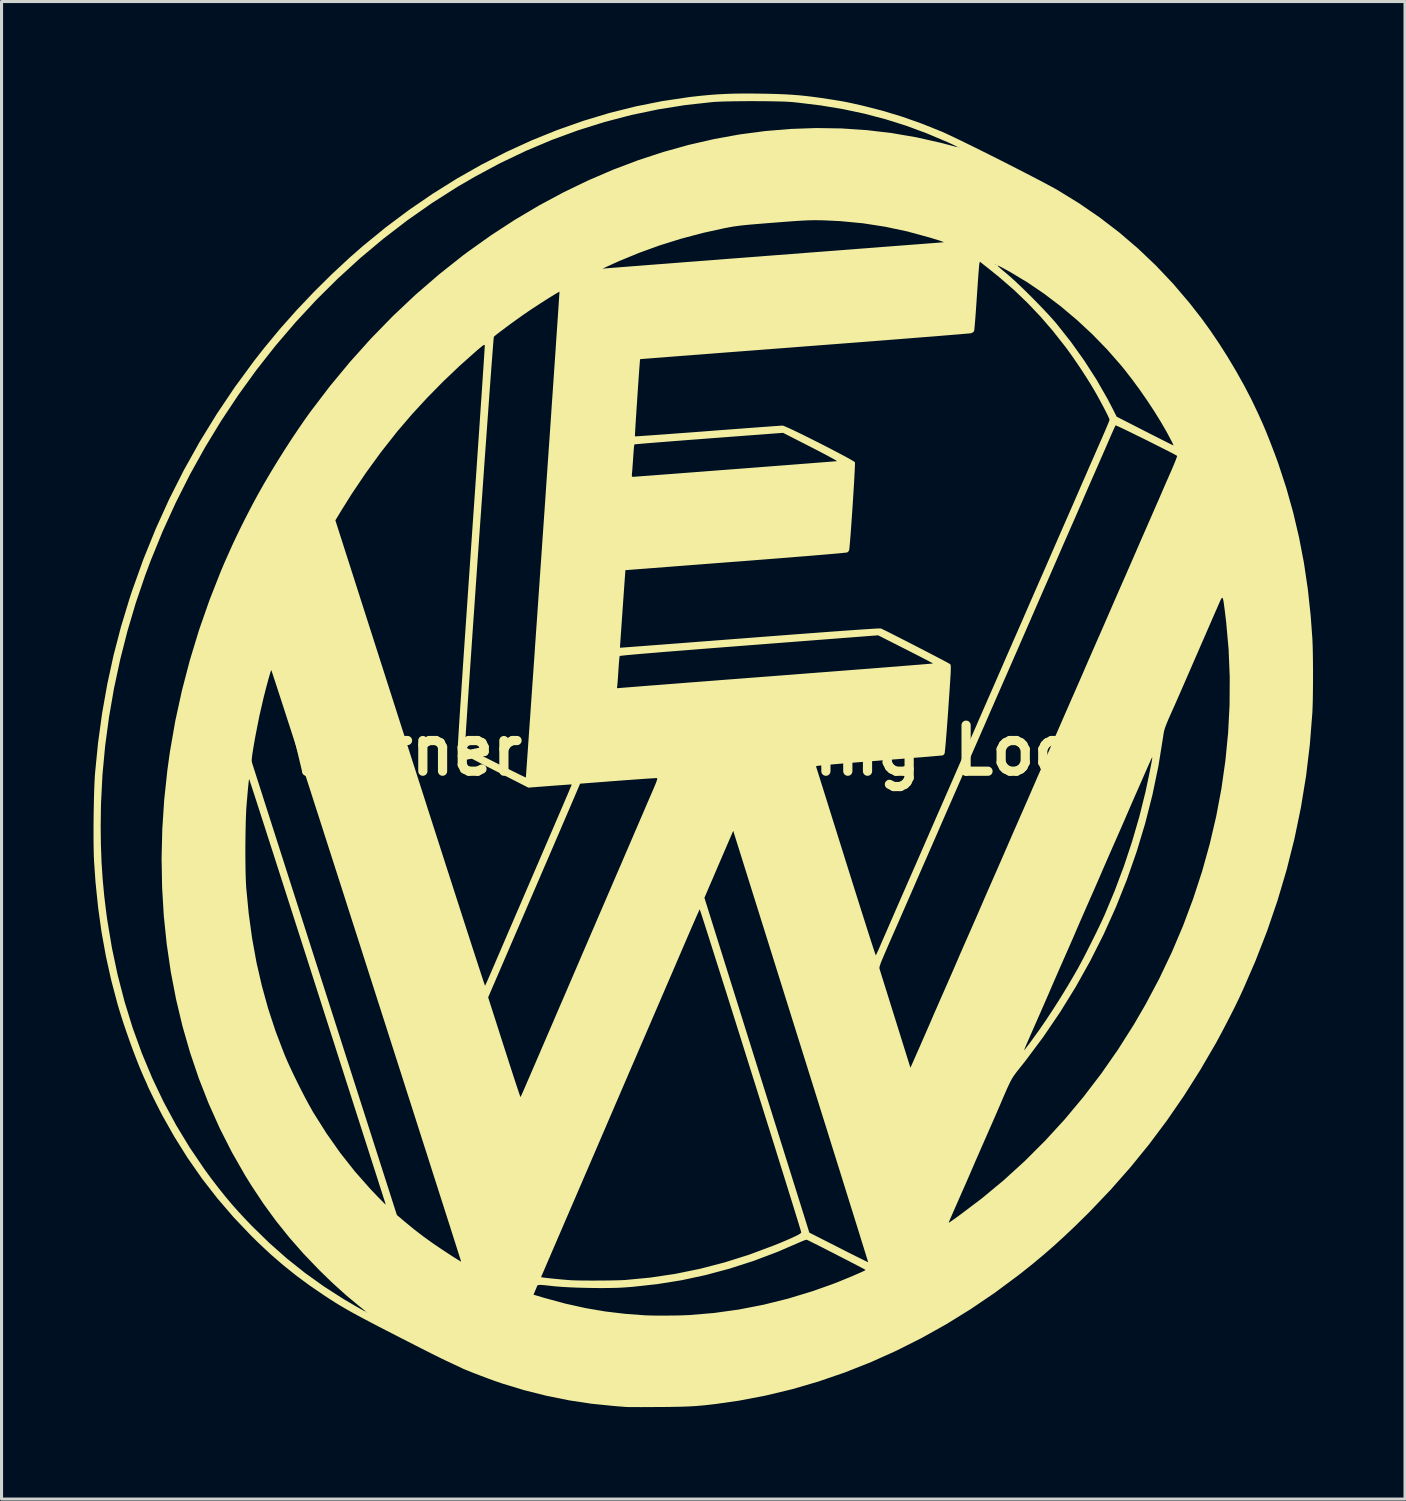
<source format=kicad_pcb>
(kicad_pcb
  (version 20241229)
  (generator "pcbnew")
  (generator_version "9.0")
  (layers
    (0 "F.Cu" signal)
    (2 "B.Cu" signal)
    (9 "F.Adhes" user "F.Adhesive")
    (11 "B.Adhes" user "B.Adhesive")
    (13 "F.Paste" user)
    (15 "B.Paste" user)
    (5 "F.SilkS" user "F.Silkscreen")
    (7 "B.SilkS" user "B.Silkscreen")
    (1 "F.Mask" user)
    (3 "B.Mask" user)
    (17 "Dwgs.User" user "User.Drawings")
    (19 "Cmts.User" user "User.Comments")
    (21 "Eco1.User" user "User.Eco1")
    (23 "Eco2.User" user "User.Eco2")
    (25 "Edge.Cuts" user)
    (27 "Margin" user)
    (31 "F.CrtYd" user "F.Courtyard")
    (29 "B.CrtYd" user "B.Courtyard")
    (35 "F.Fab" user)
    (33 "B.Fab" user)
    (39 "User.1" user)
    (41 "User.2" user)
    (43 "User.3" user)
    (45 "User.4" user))
  (footprint "Warner Consulting Logo"
    (layer "F.Cu")
    (at 19.881 21.419)
    (property "Reference" "Warner Consulting Logo" (at 0 0 0) (layer "F.SilkS") (effects (font (size 1.5 1.5) (thickness 0.3))))
    (attr board_only exclude_from_pos_files exclude_from_bom)
    (fp_poly (pts (xy 1.575 -21.419) (xy 1.824 -21.416) (xy 2.138 -21.411) (xy 2.416 -21.403) (xy 2.669 -21.393) (xy 2.904 -21.379) (xy 3.131 -21.361) (xy 3.358 -21.338) (xy 3.595 -21.309) (xy 3.849 -21.274) (xy 4.131 -21.231) (xy 4.186 -21.223) (xy 4.319 -21.201) (xy 4.431 -21.183) (xy 4.528 -21.167) (xy 4.619 -21.15) (xy 4.713 -21.131) (xy 4.819 -21.109) (xy 4.944 -21.081) (xy 5.098 -21.046) (xy 5.229 -21.016) (xy 5.846 -20.858) (xy 6.477 -20.667) (xy 7.11 -20.444) (xy 7.736 -20.194) (xy 7.773 -20.179) (xy 7.887 -20.128) (xy 8.035 -20.059) (xy 8.214 -19.974) (xy 8.419 -19.876) (xy 8.645 -19.765) (xy 8.889 -19.645) (xy 9.145 -19.518) (xy 9.41 -19.385) (xy 9.679 -19.25) (xy 9.947 -19.114) (xy 10.212 -18.979) (xy 10.467 -18.848) (xy 10.709 -18.723) (xy 10.934 -18.606) (xy 11.137 -18.499) (xy 11.313 -18.405) (xy 11.459 -18.325) (xy 11.56 -18.268) (xy 12.26 -17.837) (xy 12.929 -17.377) (xy 13.567 -16.888) (xy 14.177 -16.366) (xy 14.76 -15.811) (xy 15.319 -15.221) (xy 15.853 -14.594) (xy 16.243 -14.095) (xy 16.532 -13.696) (xy 16.822 -13.267) (xy 17.107 -12.819) (xy 17.38 -12.36) (xy 17.637 -11.901) (xy 17.872 -11.45) (xy 18.078 -11.018) (xy 18.088 -10.997) (xy 18.133 -10.897) (xy 18.18 -10.793) (xy 18.22 -10.706) (xy 18.225 -10.695) (xy 18.275 -10.581) (xy 18.336 -10.434) (xy 18.406 -10.263) (xy 18.479 -10.077) (xy 18.554 -9.884) (xy 18.627 -9.694) (xy 18.693 -9.515) (xy 18.751 -9.356) (xy 18.754 -9.347) (xy 19.013 -8.556) (xy 19.238 -7.755) (xy 19.429 -6.943) (xy 19.588 -6.114) (xy 19.714 -5.264) (xy 19.808 -4.389) (xy 19.862 -3.654) (xy 19.869 -3.504) (xy 19.875 -3.318) (xy 19.879 -3.103) (xy 19.882 -2.868) (xy 19.884 -2.619) (xy 19.884 -2.365) (xy 19.883 -2.113) (xy 19.88 -1.871) (xy 19.877 -1.647) (xy 19.871 -1.448) (xy 19.865 -1.281) (xy 19.863 -1.238) (xy 19.781 -0.197) (xy 19.657 0.837) (xy 19.489 1.863) (xy 19.278 2.882) (xy 19.024 3.892) (xy 18.727 4.894) (xy 18.388 5.886) (xy 18.006 6.868) (xy 17.65 7.69) (xy 17.607 7.785) (xy 17.557 7.896) (xy 17.51 7.998) (xy 17.459 8.107) (xy 17.391 8.248) (xy 17.31 8.412) (xy 17.219 8.593) (xy 17.122 8.782) (xy 17.023 8.973) (xy 16.926 9.158) (xy 16.834 9.33) (xy 16.753 9.481) (xy 16.715 9.55) (xy 16.205 10.425) (xy 15.675 11.263) (xy 15.12 12.069) (xy 14.539 12.845) (xy 13.929 13.596) (xy 13.287 14.324) (xy 12.611 15.034) (xy 12.504 15.14) (xy 12.135 15.504) (xy 11.782 15.838) (xy 11.438 16.152) (xy 11.095 16.451) (xy 10.743 16.744) (xy 10.376 17.037) (xy 10.272 17.118) (xy 9.506 17.687) (xy 8.723 18.218) (xy 7.926 18.711) (xy 7.115 19.164) (xy 6.291 19.578) (xy 5.457 19.953) (xy 4.613 20.286) (xy 3.76 20.579) (xy 2.901 20.83) (xy 2.035 21.038) (xy 1.166 21.204) (xy 0.406 21.313) (xy 0.217 21.335) (xy 0.044 21.354) (xy -0.118 21.369) (xy -0.277 21.381) (xy -0.44 21.391) (xy -0.613 21.398) (xy -0.805 21.403) (xy -1.023 21.407) (xy -1.272 21.41) (xy -1.45 21.411) (xy -1.657 21.412) (xy -1.852 21.413) (xy -2.032 21.414) (xy -2.191 21.413) (xy -2.324 21.413) (xy -2.427 21.412) (xy -2.493 21.411) (xy -2.516 21.41) (xy -2.57 21.405) (xy -2.658 21.398) (xy -2.766 21.39) (xy -2.886 21.38) (xy -2.911 21.378) (xy -3.645 21.304) (xy -4.383 21.192) (xy -5.119 21.043) (xy -5.843 20.861) (xy -6.547 20.647) (xy -6.877 20.533) (xy -6.996 20.489) (xy -7.129 20.439) (xy -7.269 20.386) (xy -7.41 20.332) (xy -7.543 20.28) (xy -7.662 20.232) (xy -7.761 20.192) (xy -7.832 20.162) (xy -7.866 20.146) (xy -7.899 20.129) (xy -7.962 20.099) (xy -8.045 20.06) (xy -8.108 20.031) (xy -8.215 19.981) (xy -8.316 19.934) (xy -8.416 19.887) (xy -8.518 19.838) (xy -8.625 19.785) (xy -8.743 19.727) (xy -8.874 19.661) (xy -9.023 19.586) (xy -9.193 19.5) (xy -9.389 19.4) (xy -9.614 19.285) (xy -9.873 19.153) (xy -10.019 19.078) (xy -10.33 18.919) (xy -10.605 18.777) (xy -10.848 18.65) (xy -11.064 18.536) (xy -11.256 18.433) (xy -11.429 18.339) (xy -11.473 18.314) (xy -10.986 18.314) (xy -10.975 18.325) (xy -10.964 18.314) (xy -10.975 18.303) (xy -10.986 18.314) (xy -11.473 18.314) (xy -11.586 18.251) (xy -11.73 18.167) (xy -11.868 18.086) (xy -12.001 18.004) (xy -12.134 17.92) (xy -12.27 17.831) (xy -12.37 17.765) (xy -12.837 17.446) (xy -13.273 17.124) (xy -13.688 16.792) (xy -14.094 16.441) (xy -14.499 16.063) (xy -14.744 15.822) (xy -15.313 15.224) (xy -15.845 14.605) (xy -16.344 13.962) (xy -16.812 13.291) (xy -17.25 12.591) (xy -17.622 11.931) (xy -17.674 11.834) (xy -17.733 11.719) (xy -17.797 11.593) (xy -17.863 11.462) (xy -17.928 11.332) (xy -17.989 11.209) (xy -18.042 11.099) (xy -18.085 11.01) (xy -18.114 10.945) (xy -18.127 10.913) (xy -18.127 10.911) (xy -18.136 10.888) (xy -18.159 10.836) (xy -18.192 10.764) (xy -18.203 10.741) (xy -18.289 10.547) (xy -18.385 10.319) (xy -18.486 10.063) (xy -18.591 9.788) (xy -18.696 9.5) (xy -18.799 9.208) (xy -18.897 8.919) (xy -18.987 8.64) (xy -19.067 8.379) (xy -19.102 8.259) (xy -19.305 7.49) (xy -19.477 6.716) (xy -19.619 5.931) (xy -19.731 5.128) (xy -19.816 4.301) (xy -19.864 3.614) (xy -19.871 3.452) (xy -19.876 3.254) (xy -19.88 3.027) (xy -19.881 2.777) (xy -19.881 2.512) (xy -19.881 2.481) (xy -19.648 2.481) (xy -19.641 3.074) (xy -19.62 3.644) (xy -19.583 4.202) (xy -19.531 4.758) (xy -19.462 5.322) (xy -19.434 5.526) (xy -19.282 6.438) (xy -19.093 7.33) (xy -18.867 8.201) (xy -18.604 9.051) (xy -18.304 9.878) (xy -17.968 10.683) (xy -17.596 11.463) (xy -17.188 12.219) (xy -16.744 12.951) (xy -16.266 13.656) (xy -16.053 13.946) (xy -15.818 14.254) (xy -15.594 14.534) (xy -15.373 14.798) (xy -15.144 15.056) (xy -14.897 15.32) (xy -14.698 15.527) (xy -14.142 16.068) (xy -13.573 16.571) (xy -12.985 17.039) (xy -12.373 17.477) (xy -11.729 17.89) (xy -11.338 18.12) (xy -11.211 18.192) (xy -11.119 18.244) (xy -11.058 18.277) (xy -11.022 18.295) (xy -11.01 18.298) (xy -11.016 18.288) (xy -11.031 18.274) (xy -11.061 18.248) (xy -11.117 18.202) (xy -11.189 18.144) (xy -11.239 18.104) (xy -11.655 17.758) (xy -11.665 17.748) (xy -5.535 17.748) (xy -5.157 17.86) (xy -4.493 18.04) (xy -3.841 18.185) (xy -3.191 18.296) (xy -2.533 18.374) (xy -1.912 18.42) (xy -1.775 18.425) (xy -1.604 18.429) (xy -1.41 18.43) (xy -1.204 18.43) (xy -0.996 18.428) (xy -0.796 18.425) (xy -0.614 18.419) (xy -0.461 18.413) (xy -0.447 18.412) (xy 0.359 18.344) (xy 1.163 18.232) (xy 1.965 18.076) (xy 2.766 17.877) (xy 3.565 17.634) (xy 4.187 17.414) (xy 4.311 17.367) (xy 4.447 17.313) (xy 4.589 17.255) (xy 4.733 17.196) (xy 4.872 17.137) (xy 5.001 17.082) (xy 5.113 17.033) (xy 5.203 16.992) (xy 5.265 16.962) (xy 5.294 16.944) (xy 5.295 16.943) (xy 5.276 16.931) (xy 5.223 16.901) (xy 5.139 16.856) (xy 5.03 16.799) (xy 4.9 16.731) (xy 4.754 16.655) (xy 4.596 16.574) (xy 4.43 16.489) (xy 4.262 16.402) (xy 4.096 16.318) (xy 3.937 16.236) (xy 3.788 16.161) (xy 3.655 16.094) (xy 3.543 16.038) (xy 3.455 15.994) (xy 3.396 15.966) (xy 3.372 15.956) (xy 3.34 15.962) (xy 3.281 15.982) (xy 3.207 16.013) (xy 3.202 16.015) (xy 2.42 16.353) (xy 1.641 16.647) (xy 0.861 16.898) (xy 0.08 17.108) (xy -0.706 17.277) (xy -1.5 17.404) (xy -2.302 17.492) (xy -2.593 17.514) (xy -2.787 17.524) (xy -3.015 17.529) (xy -3.267 17.532) (xy -3.535 17.531) (xy -3.808 17.526) (xy -4.079 17.519) (xy -4.338 17.509) (xy -4.576 17.496) (xy -4.785 17.48) (xy -4.889 17.47) (xy -5.05 17.452) (xy -5.173 17.439) (xy -5.264 17.431) (xy -5.327 17.429) (xy -5.369 17.432) (xy -5.395 17.441) (xy -5.411 17.457) (xy -5.422 17.479) (xy -5.432 17.506) (xy -5.465 17.585) (xy -5.499 17.664) (xy -5.501 17.669) (xy -5.535 17.748) (xy -11.665 17.748) (xy -12.084 17.37) (xy -12.282 17.178) (xy -5.289 17.178) (xy -5.21 17.19) (xy -5.155 17.197) (xy -5.067 17.207) (xy -4.953 17.219) (xy -4.825 17.232) (xy -4.69 17.245) (xy -4.56 17.257) (xy -4.443 17.267) (xy -4.349 17.274) (xy -4.307 17.277) (xy -4.2 17.281) (xy -4.059 17.285) (xy -3.89 17.287) (xy -3.701 17.288) (xy -3.502 17.288) (xy -3.299 17.287) (xy -3.102 17.285) (xy -2.918 17.282) (xy -2.755 17.278) (xy -2.622 17.273) (xy -2.545 17.269) (xy -1.728 17.191) (xy -0.915 17.07) (xy -0.107 16.905) (xy 0.697 16.696) (xy 1.497 16.444) (xy 2.293 16.147) (xy 2.494 16.066) (xy 2.698 15.98) (xy 2.864 15.908) (xy 2.993 15.848) (xy 3.089 15.801) (xy 3.152 15.763) (xy 3.187 15.734) (xy 3.196 15.716) (xy 3.189 15.69) (xy 3.17 15.624) (xy 3.139 15.521) (xy 3.097 15.383) (xy 3.044 15.212) (xy 2.982 15.01) (xy 2.911 14.78) (xy 2.831 14.523) (xy 2.743 14.241) (xy 2.649 13.938) (xy 2.548 13.614) (xy 2.441 13.273) (xy 2.33 12.916) (xy 2.214 12.545) (xy 2.094 12.163) (xy 1.971 11.772) (xy 1.846 11.374) (xy 1.72 10.971) (xy 1.592 10.565) (xy 1.464 10.158) (xy 1.337 9.753) (xy 1.211 9.351) (xy 1.086 8.956) (xy 0.964 8.568) (xy 0.845 8.191) (xy 0.73 7.826) (xy 0.619 7.476) (xy 0.513 7.142) (xy 0.413 6.827) (xy 0.32 6.533) (xy 0.234 6.262) (xy 0.156 6.016) (xy 0.086 5.797) (xy 0.026 5.609) (xy -0.025 5.452) (xy -0.065 5.329) (xy -0.094 5.242) (xy -0.111 5.193) (xy -0.115 5.182) (xy -0.127 5.205) (xy -0.154 5.265) (xy -0.195 5.355) (xy -0.247 5.474) (xy -0.309 5.615) (xy -0.379 5.775) (xy -0.454 5.949) (xy -0.485 6.021) (xy -0.585 6.253) (xy -0.685 6.485) (xy -0.786 6.72) (xy -0.89 6.962) (xy -0.998 7.214) (xy -1.113 7.48) (xy -1.235 7.763) (xy -1.366 8.067) (xy -1.507 8.395) (xy -1.66 8.75) (xy -1.826 9.136) (xy -2.007 9.556) (xy -2.164 9.921) (xy -2.28 10.19) (xy -2.4 10.467) (xy -2.52 10.747) (xy -2.639 11.022) (xy -2.753 11.289) (xy -2.862 11.54) (xy -2.961 11.771) (xy -3.049 11.975) (xy -3.123 12.147) (xy -3.153 12.217) (xy -3.219 12.372) (xy -3.301 12.561) (xy -3.395 12.78) (xy -3.499 13.022) (xy -3.611 13.282) (xy -3.728 13.554) (xy -3.848 13.832) (xy -3.968 14.111) (xy -4.086 14.385) (xy -4.141 14.513) (xy -4.254 14.775) (xy -4.368 15.039) (xy -4.481 15.3) (xy -4.59 15.554) (xy -4.694 15.795) (xy -4.79 16.018) (xy -4.876 16.218) (xy -4.951 16.392) (xy -5.011 16.533) (xy -5.042 16.603) (xy -5.289 17.178) (xy -12.282 17.178) (xy -12.527 16.94) (xy -12.535 16.931) (xy -13.033 16.412) (xy -13.495 15.886) (xy -13.928 15.347) (xy -14.338 14.785) (xy -14.731 14.192) (xy -14.934 13.865) (xy -15.368 13.106) (xy -15.765 12.324) (xy -16.125 11.52) (xy -16.448 10.696) (xy -16.733 9.853) (xy -16.981 8.991) (xy -17.19 8.114) (xy -17.362 7.221) (xy -17.495 6.314) (xy -17.59 5.394) (xy -17.645 4.463) (xy -17.662 3.522) (xy -17.659 3.393) (xy -14.93 3.393) (xy -14.928 3.655) (xy -14.925 3.902) (xy -14.919 4.127) (xy -14.911 4.323) (xy -14.902 4.482) (xy -14.902 4.482) (xy -14.821 5.32) (xy -14.71 6.128) (xy -14.568 6.912) (xy -14.393 7.674) (xy -14.187 8.42) (xy -13.946 9.154) (xy -13.67 9.878) (xy -13.635 9.964) (xy -13.555 10.149) (xy -13.458 10.363) (xy -13.348 10.595) (xy -13.229 10.838) (xy -13.107 11.081) (xy -12.985 11.316) (xy -12.868 11.534) (xy -12.761 11.726) (xy -12.706 11.821) (xy -12.284 12.489) (xy -11.837 13.124) (xy -11.361 13.727) (xy -10.855 14.301) (xy -10.665 14.5) (xy -10.573 14.595) (xy -10.491 14.678) (xy -10.425 14.745) (xy -10.379 14.79) (xy -10.359 14.809) (xy -10.358 14.809) (xy -10.358 14.792) (xy -10.368 14.76) (xy -10.376 14.735) (xy -10.397 14.671) (xy -10.43 14.567) (xy -10.475 14.426) (xy -10.532 14.25) (xy -10.599 14.039) (xy -10.677 13.796) (xy -10.765 13.523) (xy -10.862 13.219) (xy -10.968 12.888) (xy -11.083 12.531) (xy -11.205 12.149) (xy -11.335 11.744) (xy -11.471 11.317) (xy -11.615 10.87) (xy -11.764 10.405) (xy -11.918 9.923) (xy -12.077 9.425) (xy -12.241 8.914) (xy -12.409 8.39) (xy -12.58 7.856) (xy -12.592 7.818) (xy -12.763 7.284) (xy -12.93 6.761) (xy -13.094 6.25) (xy -13.254 5.752) (xy -13.408 5.271) (xy -13.557 4.807) (xy -13.7 4.361) (xy -13.837 3.935) (xy -13.967 3.531) (xy -14.089 3.15) (xy -14.204 2.794) (xy -14.31 2.464) (xy -14.407 2.163) (xy -14.495 1.89) (xy -14.573 1.649) (xy -14.641 1.439) (xy -14.698 1.264) (xy -14.743 1.125) (xy -14.777 1.022) (xy -14.798 0.959) (xy -14.807 0.935) (xy -14.807 0.935) (xy -14.812 0.95) (xy -14.818 0.987) (xy -14.825 1.05) (xy -14.835 1.143) (xy -14.847 1.268) (xy -14.861 1.429) (xy -14.878 1.628) (xy -14.889 1.758) (xy -14.901 1.919) (xy -14.91 2.117) (xy -14.918 2.343) (xy -14.923 2.591) (xy -14.927 2.854) (xy -14.93 3.124) (xy -14.93 3.393) (xy -17.659 3.393) (xy -17.639 2.572) (xy -17.577 1.615) (xy -17.474 0.652) (xy -17.43 0.33) (xy -14.723 0.33) (xy -14.72 0.37) (xy -14.712 0.403) (xy -14.711 0.406) (xy -14.703 0.434) (xy -14.681 0.502) (xy -14.647 0.608) (xy -14.601 0.752) (xy -14.544 0.931) (xy -14.475 1.145) (xy -14.396 1.392) (xy -14.308 1.669) (xy -14.209 1.977) (xy -14.102 2.312) (xy -13.986 2.674) (xy -13.862 3.062) (xy -13.73 3.473) (xy -13.592 3.906) (xy -13.447 4.359) (xy -13.295 4.832) (xy -13.138 5.322) (xy -12.976 5.828) (xy -12.81 6.348) (xy -12.639 6.882) (xy -12.464 7.427) (xy -12.337 7.822) (xy -9.99 15.15) (xy -9.725 15.374) (xy -9.421 15.624) (xy -9.121 15.854) (xy -8.809 16.078) (xy -8.525 16.27) (xy -8.333 16.396) (xy -8.176 16.499) (xy -8.052 16.577) (xy -7.964 16.632) (xy -7.911 16.662) (xy -7.894 16.668) (xy -7.901 16.647) (xy -7.92 16.585) (xy -7.952 16.485) (xy -7.996 16.346) (xy -8.052 16.171) (xy -8.119 15.96) (xy -8.197 15.715) (xy -8.285 15.438) (xy -8.384 15.129) (xy -8.492 14.79) (xy -8.61 14.423) (xy -8.736 14.028) (xy -8.871 13.606) (xy -9.013 13.16) (xy -9.164 12.69) (xy -9.321 12.198) (xy -9.485 11.685) (xy -9.656 11.152) (xy -9.832 10.601) (xy -10.014 10.033) (xy -10.201 9.449) (xy -10.392 8.851) (xy -10.588 8.24) (xy -10.648 8.053) (xy -7.013 8.053) (xy -6.491 9.684) (xy -6.408 9.941) (xy -6.33 10.185) (xy -6.256 10.414) (xy -6.188 10.623) (xy -6.127 10.81) (xy -6.073 10.972) (xy -6.029 11.106) (xy -5.994 11.208) (xy -5.971 11.275) (xy -5.96 11.304) (xy -5.959 11.305) (xy -5.947 11.282) (xy -5.921 11.228) (xy -5.886 11.15) (xy -5.851 11.069) (xy -5.822 11.004) (xy -5.778 10.901) (xy -5.72 10.766) (xy -5.648 10.601) (xy -5.566 10.41) (xy -5.474 10.197) (xy -5.374 9.965) (xy -5.268 9.718) (xy -5.156 9.46) (xy -5.042 9.194) (xy -4.925 8.924) (xy -4.809 8.653) (xy -4.694 8.385) (xy -4.581 8.125) (xy -4.473 7.874) (xy -4.372 7.638) (xy -4.277 7.419) (xy -4.192 7.221) (xy -4.12 7.053) (xy -4.053 6.898) (xy -3.972 6.708) (xy -3.878 6.49) (xy -3.773 6.248) (xy -3.662 5.988) (xy -3.544 5.716) (xy -3.425 5.438) (xy -3.304 5.159) (xy -3.186 4.885) (xy -3.153 4.807) (xy 0.039 4.807) (xy 1.749 10.266) (xy 3.46 15.725) (xy 4.416 16.21) (xy 4.605 16.307) (xy 4.782 16.396) (xy 4.944 16.477) (xy 5.085 16.548) (xy 5.203 16.606) (xy 5.294 16.651) (xy 5.353 16.679) (xy 5.377 16.69) (xy 5.378 16.69) (xy 5.372 16.669) (xy 5.353 16.607) (xy 5.322 16.506) (xy 5.28 16.369) (xy 5.226 16.195) (xy 5.161 15.987) (xy 5.087 15.747) (xy 5.002 15.475) (xy 4.979 15.401) (xy 8.005 15.401) (xy 8.007 15.403) (xy 8.008 15.403) (xy 8.028 15.39) (xy 8.077 15.357) (xy 8.151 15.305) (xy 8.243 15.24) (xy 8.342 15.169) (xy 9.083 14.61) (xy 9.8 14.015) (xy 10.49 13.386) (xy 11.154 12.722) (xy 11.791 12.027) (xy 12.399 11.299) (xy 12.977 10.542) (xy 13.525 9.756) (xy 14.041 8.942) (xy 14.431 8.27) (xy 14.875 7.432) (xy 15.281 6.579) (xy 15.649 5.712) (xy 15.977 4.833) (xy 16.267 3.945) (xy 16.517 3.049) (xy 16.728 2.147) (xy 16.898 1.241) (xy 17.027 0.332) (xy 17.116 -0.577) (xy 17.163 -1.485) (xy 17.168 -2.39) (xy 17.132 -3.29) (xy 17.052 -4.184) (xy 17.016 -4.482) (xy 16.993 -4.662) (xy 16.975 -4.799) (xy 16.959 -4.897) (xy 16.944 -4.956) (xy 16.926 -4.978) (xy 16.905 -4.965) (xy 16.877 -4.919) (xy 16.841 -4.84) (xy 16.793 -4.731) (xy 16.766 -4.667) (xy 16.699 -4.515) (xy 16.623 -4.341) (xy 16.542 -4.154) (xy 16.458 -3.962) (xy 16.376 -3.772) (xy 16.298 -3.594) (xy 16.228 -3.434) (xy 16.171 -3.302) (xy 16.14 -3.23) (xy 16.092 -3.121) (xy 16.034 -2.988) (xy 15.968 -2.836) (xy 15.897 -2.672) (xy 15.822 -2.5) (xy 15.746 -2.326) (xy 15.672 -2.155) (xy 15.601 -1.994) (xy 15.537 -1.846) (xy 15.481 -1.719) (xy 15.436 -1.617) (xy 15.405 -1.546) (xy 15.392 -1.516) (xy 15.302 -1.315) (xy 15.228 -1.149) (xy 15.168 -1.013) (xy 15.122 -0.902) (xy 15.086 -0.811) (xy 15.058 -0.735) (xy 15.038 -0.67) (xy 15.023 -0.61) (xy 15.012 -0.55) (xy 15.002 -0.485) (xy 14.996 -0.443) (xy 14.844 0.505) (xy 14.648 1.447) (xy 14.411 2.381) (xy 14.132 3.305) (xy 13.813 4.218) (xy 13.454 5.116) (xy 13.056 6) (xy 12.619 6.866) (xy 12.145 7.714) (xy 11.634 8.541) (xy 11.087 9.345) (xy 10.505 10.125) (xy 10.365 10.302) (xy 10.29 10.396) (xy 10.227 10.475) (xy 10.174 10.546) (xy 10.127 10.612) (xy 10.084 10.678) (xy 10.042 10.75) (xy 10 10.833) (xy 9.953 10.93) (xy 9.9 11.047) (xy 9.838 11.189) (xy 9.763 11.361) (xy 9.675 11.568) (xy 9.656 11.612) (xy 9.628 11.676) (xy 9.602 11.737) (xy 9.576 11.799) (xy 9.546 11.867) (xy 9.512 11.945) (xy 9.471 12.038) (xy 9.422 12.151) (xy 9.362 12.287) (xy 9.289 12.453) (xy 9.202 12.652) (xy 9.152 12.766) (xy 9.082 12.924) (xy 9.014 13.081) (xy 8.949 13.23) (xy 8.891 13.361) (xy 8.845 13.467) (xy 8.821 13.524) (xy 8.796 13.582) (xy 8.773 13.635) (xy 8.75 13.688) (xy 8.725 13.746) (xy 8.697 13.812) (xy 8.662 13.891) (xy 8.62 13.988) (xy 8.568 14.107) (xy 8.504 14.252) (xy 8.427 14.427) (xy 8.334 14.638) (xy 8.317 14.678) (xy 8.234 14.867) (xy 8.166 15.021) (xy 8.113 15.142) (xy 8.073 15.234) (xy 8.044 15.301) (xy 8.024 15.348) (xy 8.012 15.377) (xy 8.007 15.394) (xy 8.005 15.401) (xy 4.979 15.401) (xy 4.908 15.173) (xy 4.805 14.844) (xy 4.694 14.488) (xy 4.575 14.107) (xy 4.449 13.702) (xy 4.315 13.275) (xy 4.175 12.828) (xy 4.03 12.362) (xy 3.878 11.879) (xy 3.722 11.38) (xy 3.561 10.866) (xy 3.396 10.34) (xy 3.228 9.802) (xy 3.181 9.652) (xy 2.377 7.085) (xy 5.745 7.085) (xy 5.746 7.105) (xy 5.749 7.122) (xy 5.753 7.137) (xy 5.764 7.171) (xy 5.786 7.243) (xy 5.819 7.35) (xy 5.863 7.489) (xy 5.915 7.656) (xy 5.975 7.847) (xy 6.041 8.059) (xy 6.113 8.289) (xy 6.189 8.533) (xy 6.267 8.782) (xy 6.756 10.347) (xy 6.808 10.232) (xy 6.831 10.181) (xy 6.868 10.096) (xy 6.917 9.985) (xy 6.975 9.854) (xy 7.011 9.772) (xy 10.467 9.772) (xy 10.47 9.773) (xy 10.477 9.767) (xy 10.496 9.743) (xy 10.537 9.689) (xy 10.594 9.613) (xy 10.664 9.52) (xy 10.725 9.437) (xy 10.949 9.127) (xy 11.184 8.785) (xy 11.424 8.421) (xy 11.663 8.044) (xy 11.896 7.663) (xy 12.116 7.287) (xy 12.218 7.108) (xy 12.296 6.964) (xy 12.389 6.789) (xy 12.491 6.591) (xy 12.599 6.378) (xy 12.708 6.16) (xy 12.815 5.944) (xy 12.914 5.739) (xy 13.002 5.554) (xy 13.073 5.397) (xy 13.085 5.372) (xy 13.413 4.588) (xy 13.714 3.786) (xy 13.984 2.974) (xy 14.221 2.159) (xy 14.422 1.35) (xy 14.533 0.824) (xy 14.57 0.638) (xy 14.599 0.491) (xy 14.62 0.381) (xy 14.634 0.303) (xy 14.641 0.254) (xy 14.643 0.23) (xy 14.638 0.228) (xy 14.628 0.244) (xy 14.613 0.275) (xy 14.597 0.308) (xy 14.56 0.39) (xy 14.515 0.491) (xy 14.471 0.59) (xy 14.47 0.593) (xy 14.441 0.659) (xy 14.398 0.757) (xy 14.344 0.881) (xy 14.282 1.022) (xy 14.216 1.173) (xy 14.162 1.296) (xy 14.092 1.454) (xy 14.023 1.611) (xy 13.958 1.76) (xy 13.901 1.892) (xy 13.855 1.998) (xy 13.831 2.054) (xy 13.803 2.118) (xy 13.777 2.178) (xy 13.751 2.24) (xy 13.722 2.307) (xy 13.688 2.384) (xy 13.648 2.477) (xy 13.599 2.588) (xy 13.539 2.724) (xy 13.467 2.888) (xy 13.38 3.086) (xy 13.326 3.208) (xy 13.257 3.366) (xy 13.188 3.523) (xy 13.123 3.672) (xy 13.066 3.803) (xy 13.02 3.909) (xy 12.996 3.966) (xy 12.968 4.03) (xy 12.942 4.09) (xy 12.916 4.151) (xy 12.887 4.218) (xy 12.853 4.296) (xy 12.813 4.388) (xy 12.764 4.5) (xy 12.704 4.636) (xy 12.632 4.8) (xy 12.545 4.997) (xy 12.491 5.12) (xy 12.422 5.277) (xy 12.353 5.435) (xy 12.288 5.583) (xy 12.231 5.715) (xy 12.185 5.821) (xy 12.161 5.878) (xy 12.133 5.941) (xy 12.108 6.002) (xy 12.081 6.063) (xy 12.052 6.13) (xy 12.018 6.207) (xy 11.978 6.3) (xy 11.929 6.411) (xy 11.869 6.547) (xy 11.797 6.711) (xy 11.71 6.909) (xy 11.656 7.031) (xy 11.587 7.189) (xy 11.518 7.346) (xy 11.453 7.495) (xy 11.396 7.627) (xy 11.35 7.733) (xy 11.326 7.789) (xy 11.299 7.851) (xy 11.274 7.91) (xy 11.248 7.971) (xy 11.219 8.036) (xy 11.187 8.111) (xy 11.148 8.2) (xy 11.101 8.307) (xy 11.044 8.436) (xy 10.976 8.593) (xy 10.893 8.78) (xy 10.796 9.002) (xy 10.778 9.042) (xy 10.693 9.236) (xy 10.624 9.394) (xy 10.569 9.519) (xy 10.528 9.614) (xy 10.499 9.684) (xy 10.48 9.731) (xy 10.47 9.759) (xy 10.467 9.772) (xy 7.011 9.772) (xy 7.038 9.711) (xy 7.091 9.591) (xy 7.159 9.435) (xy 7.228 9.278) (xy 7.292 9.13) (xy 7.349 9) (xy 7.395 8.895) (xy 7.417 8.844) (xy 7.444 8.78) (xy 7.47 8.72) (xy 7.496 8.659) (xy 7.525 8.591) (xy 7.559 8.514) (xy 7.6 8.422) (xy 7.649 8.31) (xy 7.708 8.174) (xy 7.78 8.01) (xy 7.867 7.813) (xy 7.921 7.69) (xy 7.99 7.533) (xy 8.059 7.375) (xy 8.124 7.227) (xy 8.181 7.095) (xy 8.227 6.989) (xy 8.252 6.932) (xy 8.279 6.869) (xy 8.305 6.808) (xy 8.331 6.747) (xy 8.36 6.68) (xy 8.394 6.602) (xy 8.435 6.51) (xy 8.483 6.398) (xy 8.543 6.263) (xy 8.615 6.098) (xy 8.702 5.901) (xy 8.756 5.779) (xy 8.825 5.621) (xy 8.894 5.464) (xy 8.959 5.315) (xy 9.016 5.183) (xy 9.062 5.077) (xy 9.087 5.021) (xy 9.112 4.96) (xy 9.137 4.904) (xy 9.161 4.847) (xy 9.188 4.785) (xy 9.219 4.714) (xy 9.256 4.628) (xy 9.302 4.525) (xy 9.357 4.398) (xy 9.425 4.244) (xy 9.506 4.059) (xy 9.591 3.867) (xy 9.66 3.708) (xy 9.731 3.547) (xy 9.798 3.394) (xy 9.857 3.257) (xy 9.906 3.146) (xy 9.931 3.087) (xy 9.965 3.008) (xy 10.014 2.896) (xy 10.074 2.757) (xy 10.144 2.598) (xy 10.219 2.427) (xy 10.297 2.249) (xy 10.348 2.131) (xy 10.427 1.953) (xy 10.504 1.776) (xy 10.578 1.608) (xy 10.644 1.456) (xy 10.701 1.325) (xy 10.745 1.223) (xy 10.766 1.176) (xy 10.8 1.097) (xy 10.849 0.984) (xy 10.909 0.845) (xy 10.979 0.687) (xy 11.054 0.515) (xy 11.132 0.337) (xy 11.183 0.22) (xy 11.262 0.041) (xy 11.339 -0.135) (xy 11.413 -0.303) (xy 11.479 -0.456) (xy 11.536 -0.587) (xy 11.58 -0.688) (xy 11.601 -0.736) (xy 11.635 -0.815) (xy 11.684 -0.927) (xy 11.744 -1.066) (xy 11.814 -1.225) (xy 11.889 -1.397) (xy 11.967 -1.575) (xy 12.018 -1.692) (xy 12.097 -1.87) (xy 12.174 -2.047) (xy 12.248 -2.215) (xy 12.314 -2.368) (xy 12.371 -2.498) (xy 12.415 -2.6) (xy 12.436 -2.648) (xy 12.47 -2.727) (xy 12.519 -2.839) (xy 12.579 -2.978) (xy 12.649 -3.137) (xy 12.724 -3.308) (xy 12.802 -3.486) (xy 12.853 -3.603) (xy 12.932 -3.782) (xy 13.009 -3.958) (xy 13.083 -4.127) (xy 13.149 -4.279) (xy 13.206 -4.41) (xy 13.25 -4.511) (xy 13.271 -4.559) (xy 13.305 -4.638) (xy 13.354 -4.75) (xy 13.414 -4.889) (xy 13.484 -5.048) (xy 13.559 -5.22) (xy 13.637 -5.398) (xy 13.688 -5.515) (xy 13.767 -5.693) (xy 13.844 -5.87) (xy 13.917 -6.038) (xy 13.984 -6.191) (xy 14.041 -6.321) (xy 14.085 -6.423) (xy 14.106 -6.471) (xy 14.14 -6.55) (xy 14.189 -6.662) (xy 14.249 -6.801) (xy 14.319 -6.96) (xy 14.394 -7.131) (xy 14.472 -7.309) (xy 14.523 -7.427) (xy 14.601 -7.604) (xy 14.677 -7.778) (xy 14.749 -7.943) (xy 14.814 -8.091) (xy 14.869 -8.217) (xy 14.911 -8.314) (xy 14.931 -8.36) (xy 14.967 -8.445) (xy 15.017 -8.56) (xy 15.077 -8.698) (xy 15.143 -8.848) (xy 15.211 -9.003) (xy 15.247 -9.084) (xy 15.307 -9.223) (xy 15.359 -9.348) (xy 15.402 -9.454) (xy 15.433 -9.536) (xy 15.45 -9.587) (xy 15.452 -9.603) (xy 15.424 -9.621) (xy 15.362 -9.655) (xy 15.27 -9.704) (xy 15.154 -9.764) (xy 15.017 -9.833) (xy 14.865 -9.91) (xy 14.702 -9.992) (xy 14.532 -10.077) (xy 14.36 -10.163) (xy 14.19 -10.246) (xy 14.027 -10.326) (xy 13.876 -10.4) (xy 13.74 -10.466) (xy 13.625 -10.521) (xy 13.535 -10.562) (xy 13.474 -10.589) (xy 13.448 -10.599) (xy 13.447 -10.599) (xy 13.433 -10.573) (xy 13.404 -10.514) (xy 13.366 -10.429) (xy 13.32 -10.325) (xy 13.287 -10.25) (xy 13.243 -10.148) (xy 13.185 -10.014) (xy 13.116 -9.855) (xy 13.039 -9.679) (xy 12.958 -9.495) (xy 12.877 -9.308) (xy 12.832 -9.206) (xy 12.754 -9.028) (xy 12.676 -8.851) (xy 12.603 -8.683) (xy 12.536 -8.531) (xy 12.48 -8.4) (xy 12.435 -8.298) (xy 12.415 -8.251) (xy 12.381 -8.172) (xy 12.332 -8.059) (xy 12.271 -7.921) (xy 12.202 -7.762) (xy 12.127 -7.59) (xy 12.049 -7.412) (xy 11.997 -7.295) (xy 11.919 -7.116) (xy 11.842 -6.94) (xy 11.768 -6.772) (xy 11.701 -6.619) (xy 11.645 -6.488) (xy 11.6 -6.387) (xy 11.58 -6.339) (xy 11.546 -6.26) (xy 11.497 -6.148) (xy 11.436 -6.009) (xy 11.367 -5.85) (xy 11.292 -5.678) (xy 11.214 -5.5) (xy 11.162 -5.383) (xy 11.084 -5.205) (xy 11.007 -5.028) (xy 10.933 -4.86) (xy 10.867 -4.707) (xy 10.81 -4.577) (xy 10.766 -4.475) (xy 10.745 -4.427) (xy 10.711 -4.349) (xy 10.662 -4.235) (xy 10.599 -4.092) (xy 10.526 -3.924) (xy 10.444 -3.736) (xy 10.356 -3.535) (xy 10.265 -3.324) (xy 10.171 -3.11) (xy 10.078 -2.898) (xy 9.988 -2.692) (xy 9.903 -2.497) (xy 9.825 -2.321) (xy 9.757 -2.166) (xy 9.723 -2.087) (xy 9.67 -1.967) (xy 9.604 -1.816) (xy 9.529 -1.645) (xy 9.45 -1.463) (xy 9.37 -1.281) (xy 9.305 -1.132) (xy 9.23 -0.957) (xy 9.15 -0.774) (xy 9.071 -0.594) (xy 8.997 -0.425) (xy 8.933 -0.277) (xy 8.888 -0.176) (xy 8.835 -0.055) (xy 8.769 0.096) (xy 8.694 0.267) (xy 8.615 0.449) (xy 8.535 0.631) (xy 8.471 0.78) (xy 8.395 0.954) (xy 8.315 1.137) (xy 8.236 1.318) (xy 8.162 1.487) (xy 8.098 1.634) (xy 8.053 1.736) (xy 8 1.856) (xy 7.934 2.007) (xy 7.859 2.179) (xy 7.78 2.36) (xy 7.701 2.542) (xy 7.636 2.692) (xy 7.56 2.866) (xy 7.48 3.049) (xy 7.401 3.229) (xy 7.327 3.399) (xy 7.263 3.546) (xy 7.218 3.647) (xy 7.165 3.768) (xy 7.099 3.919) (xy 7.024 4.09) (xy 6.945 4.272) (xy 6.866 4.454) (xy 6.801 4.603) (xy 6.725 4.778) (xy 6.645 4.96) (xy 6.566 5.141) (xy 6.492 5.31) (xy 6.428 5.457) (xy 6.383 5.559) (xy 6.26 5.839) (xy 6.153 6.082) (xy 6.062 6.291) (xy 5.985 6.468) (xy 5.921 6.616) (xy 5.869 6.738) (xy 5.828 6.837) (xy 5.796 6.915) (xy 5.774 6.977) (xy 5.758 7.024) (xy 5.749 7.059) (xy 5.745 7.085) (xy 2.377 7.085) (xy 0.978 2.622) (xy 0.708 3.25) (xy 0.628 3.435) (xy 0.542 3.635) (xy 0.455 3.837) (xy 0.372 4.032) (xy 0.297 4.207) (xy 0.238 4.342) (xy 0.039 4.807) (xy -3.153 4.807) (xy -3.131 4.757) (xy -3.015 4.488) (xy -2.897 4.212) (xy -2.777 3.935) (xy -2.659 3.662) (xy -2.546 3.398) (xy -2.439 3.15) (xy -2.341 2.923) (xy -2.255 2.722) (xy -2.182 2.553) (xy -2.152 2.483) (xy -2.069 2.29) (xy -1.983 2.091) (xy -1.898 1.893) (xy -1.818 1.706) (xy -1.745 1.538) (xy -1.684 1.396) (xy -1.65 1.318) (xy -1.59 1.178) (xy -1.546 1.072) (xy -1.518 0.997) (xy -1.503 0.947) (xy -1.5 0.918) (xy -1.507 0.905) (xy -1.511 0.904) (xy -1.539 0.904) (xy -1.607 0.907) (xy -1.71 0.914) (xy -1.845 0.922) (xy -2.008 0.934) (xy -2.194 0.947) (xy -2.4 0.962) (xy -2.621 0.978) (xy -2.781 0.99) (xy -4.015 1.085) (xy -4.269 1.679) (xy -4.339 1.842) (xy -4.422 2.036) (xy -4.514 2.251) (xy -4.612 2.478) (xy -4.71 2.708) (xy -4.806 2.93) (xy -4.878 3.098) (xy -4.974 3.321) (xy -5.081 3.569) (xy -5.194 3.83) (xy -5.307 4.093) (xy -5.416 4.347) (xy -5.516 4.579) (xy -5.569 4.702) (xy -5.642 4.87) (xy -5.729 5.072) (xy -5.827 5.301) (xy -5.934 5.55) (xy -6.047 5.812) (xy -6.163 6.08) (xy -6.279 6.349) (xy -6.391 6.61) (xy -6.459 6.767) (xy -7.013 8.053) (xy -10.648 8.053) (xy -10.788 7.616) (xy -10.981 7.014) (xy -11.183 6.381) (xy -11.383 5.758) (xy -11.579 5.148) (xy -11.77 4.55) (xy -11.957 3.968) (xy -12.139 3.401) (xy -12.316 2.851) (xy -12.486 2.32) (xy -12.651 1.809) (xy -12.808 1.319) (xy -12.959 0.851) (xy -13.102 0.406) (xy -13.237 -0.013) (xy -13.364 -0.406) (xy -13.482 -0.771) (xy -13.591 -1.107) (xy -13.69 -1.414) (xy -13.779 -1.688) (xy -13.858 -1.93) (xy -13.925 -2.138) (xy -13.982 -2.31) (xy -14.026 -2.446) (xy -14.059 -2.544) (xy -14.079 -2.602) (xy -14.086 -2.62) (xy -14.098 -2.592) (xy -14.119 -2.527) (xy -14.147 -2.432) (xy -14.181 -2.312) (xy -14.218 -2.174) (xy -14.259 -2.022) (xy -14.299 -1.864) (xy -14.335 -1.725) (xy -14.475 -1.114) (xy -14.602 -0.471) (xy -14.654 -0.178) (xy -14.681 -0.015) (xy -14.701 0.112) (xy -14.714 0.207) (xy -14.721 0.278) (xy -14.723 0.33) (xy -17.43 0.33) (xy -17.39 0.044) (xy -17.217 -0.952) (xy -17 -1.947) (xy -16.741 -2.939) (xy -16.441 -3.925) (xy -16.099 -4.903) (xy -15.755 -5.779) (xy -15.711 -5.886) (xy -15.669 -5.985) (xy -15.636 -6.064) (xy -15.614 -6.115) (xy -15.612 -6.119) (xy -15.585 -6.181) (xy -15.551 -6.257) (xy -15.539 -6.284) (xy -15.504 -6.362) (xy -15.463 -6.454) (xy -15.439 -6.508) (xy -15.335 -6.739) (xy -15.213 -6.997) (xy -15.078 -7.274) (xy -14.964 -7.502) (xy -11.995 -7.502) (xy -9.563 0.093) (xy -9.383 0.654) (xy -9.206 1.205) (xy -9.034 1.742) (xy -8.866 2.267) (xy -8.702 2.776) (xy -8.544 3.268) (xy -8.392 3.742) (xy -8.245 4.196) (xy -8.106 4.629) (xy -7.973 5.04) (xy -7.849 5.427) (xy -7.732 5.788) (xy -7.624 6.122) (xy -7.525 6.428) (xy -7.435 6.703) (xy -7.356 6.948) (xy -7.287 7.159) (xy -7.229 7.336) (xy -7.182 7.478) (xy -7.147 7.582) (xy -7.125 7.647) (xy -7.115 7.673) (xy -7.115 7.673) (xy -7.102 7.649) (xy -7.075 7.591) (xy -7.036 7.504) (xy -6.989 7.397) (xy -6.935 7.273) (xy -6.921 7.24) (xy -6.866 7.113) (xy -6.798 6.956) (xy -6.721 6.775) (xy -6.637 6.582) (xy -6.552 6.384) (xy -6.469 6.191) (xy -6.438 6.119) (xy -6.378 5.978) (xy -6.302 5.802) (xy -6.213 5.597) (xy -6.115 5.367) (xy -6.007 5.119) (xy -5.894 4.856) (xy -5.778 4.586) (xy -5.66 4.313) (xy -5.544 4.043) (xy -5.482 3.9) (xy -5.312 3.505) (xy -5.159 3.149) (xy -5.021 2.829) (xy -4.898 2.544) (xy -4.79 2.291) (xy -4.694 2.069) (xy -4.611 1.876) (xy -4.54 1.71) (xy -4.48 1.569) (xy -4.429 1.451) (xy -4.388 1.355) (xy -4.356 1.277) (xy -4.331 1.217) (xy -4.312 1.173) (xy -4.3 1.142) (xy -4.293 1.122) (xy -4.29 1.112) (xy -4.29 1.11) (xy -4.312 1.111) (xy -4.373 1.114) (xy -4.468 1.121) (xy -4.59 1.13) (xy -4.736 1.14) (xy -4.899 1.152) (xy -4.999 1.16) (xy -5.702 1.214) (xy -6.844 0.632) (xy -7.095 0.504) (xy -7.309 0.394) (xy -7.488 0.301) (xy -7.636 0.223) (xy -7.755 0.159) (xy -7.847 0.108) (xy -7.916 0.067) (xy -7.964 0.037) (xy -7.992 0.014) (xy -8.005 -0.002) (xy -8.006 -0.003) (xy -8.006 -0.03) (xy -8.003 -0.101) (xy -8.002 -0.123) (xy -7.767 -0.123) (xy -7.767 -0.113) (xy -7.742 -0.098) (xy -7.684 -0.067) (xy -7.597 -0.021) (xy -7.484 0.038) (xy -7.35 0.106) (xy -7.201 0.182) (xy -7.04 0.263) (xy -6.872 0.348) (xy -6.701 0.434) (xy -6.533 0.518) (xy -6.37 0.599) (xy -6.219 0.674) (xy -6.084 0.741) (xy -5.968 0.798) (xy -5.877 0.842) (xy -5.814 0.871) (xy -5.786 0.883) (xy -5.784 0.883) (xy -5.782 0.86) (xy -5.777 0.795) (xy -5.77 0.689) (xy -5.759 0.544) (xy -5.746 0.361) (xy -5.731 0.143) (xy -5.713 -0.111) (xy -5.693 -0.397) (xy -5.671 -0.715) (xy -5.646 -1.062) (xy -5.62 -1.439) (xy -5.592 -1.841) (xy -5.578 -2.043) (xy -2.811 -2.043) (xy -2.799 -2.027) (xy -2.766 -2.03) (xy -2.739 -2.033) (xy -2.671 -2.039) (xy -2.563 -2.048) (xy -2.417 -2.059) (xy -2.234 -2.074) (xy -2.018 -2.091) (xy -1.77 -2.111) (xy -1.491 -2.132) (xy -1.184 -2.156) (xy -0.851 -2.182) (xy -0.494 -2.21) (xy -0.114 -2.239) (xy 0.287 -2.27) (xy 0.705 -2.303) (xy 1.141 -2.336) (xy 1.591 -2.371) (xy 2.053 -2.406) (xy 2.389 -2.432) (xy 2.859 -2.468) (xy 3.317 -2.504) (xy 3.762 -2.538) (xy 4.19 -2.571) (xy 4.602 -2.603) (xy 4.994 -2.634) (xy 5.365 -2.662) (xy 5.713 -2.69) (xy 6.035 -2.715) (xy 6.331 -2.738) (xy 6.597 -2.76) (xy 6.833 -2.779) (xy 7.036 -2.795) (xy 7.204 -2.809) (xy 7.335 -2.82) (xy 7.428 -2.828) (xy 7.481 -2.833) (xy 7.493 -2.835) (xy 7.474 -2.847) (xy 7.419 -2.876) (xy 7.333 -2.922) (xy 7.22 -2.981) (xy 7.083 -3.052) (xy 6.926 -3.132) (xy 6.753 -3.22) (xy 6.597 -3.3) (xy 5.702 -3.753) (xy 1.497 -3.428) (xy 0.918 -3.383) (xy 0.383 -3.342) (xy -0.109 -3.303) (xy -0.558 -3.267) (xy -0.964 -3.235) (xy -1.327 -3.206) (xy -1.648 -3.179) (xy -1.927 -3.156) (xy -2.163 -3.136) (xy -2.358 -3.118) (xy -2.511 -3.104) (xy -2.622 -3.092) (xy -2.693 -3.084) (xy -2.723 -3.078) (xy -2.724 -3.078) (xy -2.73 -3.049) (xy -2.737 -2.983) (xy -2.746 -2.888) (xy -2.755 -2.769) (xy -2.764 -2.635) (xy -2.766 -2.608) (xy -2.775 -2.468) (xy -2.784 -2.339) (xy -2.792 -2.228) (xy -2.799 -2.144) (xy -2.805 -2.095) (xy -2.805 -2.092) (xy -2.811 -2.043) (xy -5.578 -2.043) (xy -5.562 -2.269) (xy -5.53 -2.721) (xy -5.497 -3.195) (xy -5.487 -3.347) (xy -2.715 -3.347) (xy -2.694 -3.349) (xy -2.63 -3.353) (xy -2.527 -3.361) (xy -2.387 -3.371) (xy -2.211 -3.385) (xy -2.002 -3.4) (xy -1.761 -3.419) (xy -1.492 -3.439) (xy -1.196 -3.462) (xy -0.875 -3.486) (xy -0.531 -3.513) (xy -0.167 -3.541) (xy 0.216 -3.57) (xy 0.615 -3.601) (xy 1.028 -3.633) (xy 1.453 -3.665) (xy 1.513 -3.67) (xy 2.072 -3.713) (xy 2.594 -3.753) (xy 3.078 -3.79) (xy 3.525 -3.823) (xy 3.933 -3.854) (xy 4.302 -3.881) (xy 4.632 -3.905) (xy 4.921 -3.925) (xy 5.17 -3.943) (xy 5.378 -3.956) (xy 5.544 -3.967) (xy 5.668 -3.974) (xy 5.75 -3.977) (xy 5.788 -3.977) (xy 5.79 -3.977) (xy 5.829 -3.959) (xy 5.901 -3.925) (xy 6.002 -3.875) (xy 6.128 -3.812) (xy 6.273 -3.738) (xy 6.435 -3.656) (xy 6.609 -3.567) (xy 6.789 -3.475) (xy 6.973 -3.38) (xy 7.156 -3.286) (xy 7.332 -3.195) (xy 7.499 -3.108) (xy 7.652 -3.028) (xy 7.786 -2.958) (xy 7.897 -2.899) (xy 7.981 -2.853) (xy 8.033 -2.824) (xy 8.049 -2.814) (xy 8.057 -2.805) (xy 8.064 -2.792) (xy 8.069 -2.773) (xy 8.072 -2.744) (xy 8.073 -2.701) (xy 8.072 -2.643) (xy 8.07 -2.564) (xy 8.065 -2.463) (xy 8.057 -2.336) (xy 8.047 -2.179) (xy 8.035 -1.99) (xy 8.019 -1.765) (xy 8.001 -1.501) (xy 7.991 -1.357) (xy 7.974 -1.111) (xy 7.956 -0.877) (xy 7.94 -0.658) (xy 7.924 -0.46) (xy 7.91 -0.286) (xy 7.897 -0.139) (xy 7.886 -0.023) (xy 7.877 0.058) (xy 7.87 0.1) (xy 7.869 0.105) (xy 7.836 0.146) (xy 7.812 0.162) (xy 7.785 0.165) (xy 7.718 0.172) (xy 7.613 0.181) (xy 7.474 0.193) (xy 7.304 0.208) (xy 7.105 0.224) (xy 6.88 0.242) (xy 6.634 0.262) (xy 6.368 0.283) (xy 6.087 0.305) (xy 5.793 0.328) (xy 5.723 0.334) (xy 5.337 0.364) (xy 4.989 0.392) (xy 4.681 0.417) (xy 4.413 0.439) (xy 4.186 0.459) (xy 3.999 0.476) (xy 3.855 0.49) (xy 3.753 0.502) (xy 3.693 0.51) (xy 3.677 0.516) (xy 3.684 0.539) (xy 3.704 0.602) (xy 3.735 0.702) (xy 3.778 0.837) (xy 3.83 1.004) (xy 3.892 1.202) (xy 3.963 1.428) (xy 4.042 1.679) (xy 4.128 1.954) (xy 4.22 2.249) (xy 4.319 2.563) (xy 4.422 2.893) (xy 4.53 3.237) (xy 4.641 3.593) (xy 4.649 3.619) (xy 4.761 3.974) (xy 4.869 4.318) (xy 4.973 4.648) (xy 5.072 4.961) (xy 5.165 5.256) (xy 5.252 5.529) (xy 5.331 5.779) (xy 5.403 6.004) (xy 5.466 6.201) (xy 5.52 6.367) (xy 5.564 6.501) (xy 5.597 6.6) (xy 5.619 6.661) (xy 5.628 6.684) (xy 5.628 6.684) (xy 5.641 6.659) (xy 5.668 6.602) (xy 5.706 6.518) (xy 5.752 6.415) (xy 5.784 6.339) (xy 5.83 6.233) (xy 5.891 6.093) (xy 5.965 5.924) (xy 6.048 5.732) (xy 6.14 5.522) (xy 6.236 5.301) (xy 6.335 5.074) (xy 6.434 4.847) (xy 6.531 4.626) (xy 6.623 4.416) (xy 6.707 4.223) (xy 6.782 4.053) (xy 6.844 3.911) (xy 6.844 3.911) (xy 6.897 3.79) (xy 6.963 3.64) (xy 7.038 3.468) (xy 7.117 3.287) (xy 7.197 3.105) (xy 7.262 2.955) (xy 7.338 2.781) (xy 7.417 2.598) (xy 7.496 2.417) (xy 7.57 2.248) (xy 7.634 2.101) (xy 7.679 1.999) (xy 7.732 1.879) (xy 7.798 1.728) (xy 7.873 1.557) (xy 7.952 1.375) (xy 8.032 1.193) (xy 8.097 1.044) (xy 8.173 0.869) (xy 8.252 0.687) (xy 8.331 0.506) (xy 8.405 0.337) (xy 8.469 0.19) (xy 8.514 0.088) (xy 8.567 -0.033) (xy 8.633 -0.184) (xy 8.708 -0.355) (xy 8.787 -0.537) (xy 8.867 -0.719) (xy 8.932 -0.868) (xy 9.007 -1.042) (xy 9.087 -1.225) (xy 9.166 -1.406) (xy 9.24 -1.575) (xy 9.304 -1.722) (xy 9.349 -1.824) (xy 9.402 -1.944) (xy 9.468 -2.095) (xy 9.543 -2.266) (xy 9.622 -2.448) (xy 9.702 -2.63) (xy 9.766 -2.779) (xy 9.842 -2.954) (xy 9.922 -3.137) (xy 10.001 -3.317) (xy 10.075 -3.486) (xy 10.139 -3.634) (xy 10.184 -3.735) (xy 10.237 -3.856) (xy 10.303 -4.007) (xy 10.378 -4.178) (xy 10.457 -4.36) (xy 10.536 -4.542) (xy 10.601 -4.691) (xy 10.677 -4.866) (xy 10.757 -5.048) (xy 10.836 -5.229) (xy 10.91 -5.398) (xy 10.974 -5.545) (xy 11.019 -5.647) (xy 11.072 -5.767) (xy 11.138 -5.918) (xy 11.213 -6.09) (xy 11.292 -6.271) (xy 11.371 -6.453) (xy 11.436 -6.603) (xy 11.512 -6.777) (xy 11.592 -6.96) (xy 11.671 -7.141) (xy 11.745 -7.31) (xy 11.809 -7.457) (xy 11.854 -7.558) (xy 11.907 -7.679) (xy 11.973 -7.83) (xy 12.048 -8.001) (xy 12.127 -8.183) (xy 12.206 -8.365) (xy 12.271 -8.514) (xy 12.346 -8.687) (xy 12.425 -8.866) (xy 12.502 -9.043) (xy 12.573 -9.207) (xy 12.635 -9.349) (xy 12.679 -9.448) (xy 12.8 -9.724) (xy 12.904 -9.962) (xy 12.993 -10.164) (xy 13.066 -10.333) (xy 13.126 -10.472) (xy 13.172 -10.582) (xy 13.207 -10.666) (xy 13.231 -10.726) (xy 13.244 -10.764) (xy 13.249 -10.783) (xy 13.249 -10.784) (xy 13.239 -10.816) (xy 13.21 -10.881) (xy 13.166 -10.972) (xy 13.11 -11.084) (xy 13.044 -11.211) (xy 12.971 -11.346) (xy 12.896 -11.485) (xy 12.82 -11.622) (xy 12.747 -11.749) (xy 12.744 -11.755) (xy 12.624 -11.955) (xy 12.484 -12.178) (xy 12.332 -12.413) (xy 12.173 -12.649) (xy 12.016 -12.876) (xy 11.868 -13.082) (xy 11.8 -13.172) (xy 11.4 -13.68) (xy 10.993 -14.151) (xy 10.572 -14.594) (xy 10.129 -15.018) (xy 9.655 -15.429) (xy 9.327 -15.694) (xy 9.189 -15.803) (xy 9.601 -15.803) (xy 9.626 -15.775) (xy 9.681 -15.726) (xy 9.767 -15.652) (xy 9.885 -15.553) (xy 9.921 -15.523) (xy 10.051 -15.41) (xy 10.204 -15.27) (xy 10.374 -15.109) (xy 10.554 -14.934) (xy 10.74 -14.749) (xy 10.923 -14.562) (xy 11.1 -14.378) (xy 11.263 -14.204) (xy 11.406 -14.046) (xy 11.523 -13.911) (xy 11.986 -13.326) (xy 12.419 -12.719) (xy 12.819 -12.098) (xy 13.181 -11.467) (xy 13.381 -11.082) (xy 13.48 -10.883) (xy 14.403 -10.411) (xy 14.589 -10.316) (xy 14.763 -10.228) (xy 14.92 -10.148) (xy 15.058 -10.079) (xy 15.172 -10.022) (xy 15.258 -9.979) (xy 15.313 -9.953) (xy 15.333 -9.944) (xy 15.327 -9.965) (xy 15.306 -10.013) (xy 15.28 -10.067) (xy 15.115 -10.379) (xy 14.922 -10.712) (xy 14.707 -11.059) (xy 14.475 -11.411) (xy 14.233 -11.76) (xy 13.985 -12.098) (xy 13.736 -12.418) (xy 13.613 -12.568) (xy 13.165 -13.079) (xy 12.687 -13.57) (xy 12.184 -14.037) (xy 11.662 -14.477) (xy 11.123 -14.886) (xy 10.573 -15.26) (xy 10.017 -15.595) (xy 9.767 -15.732) (xy 9.688 -15.773) (xy 9.633 -15.8) (xy 9.603 -15.811) (xy 9.601 -15.803) (xy 9.189 -15.803) (xy 9.125 -15.853) (xy 9.514 -15.853) (xy 9.525 -15.842) (xy 9.536 -15.853) (xy 9.525 -15.864) (xy 9.514 -15.853) (xy 9.125 -15.853) (xy 9.02 -15.936) (xy 9.004 -15.872) (xy 9 -15.838) (xy 8.993 -15.765) (xy 8.984 -15.656) (xy 8.973 -15.518) (xy 8.961 -15.355) (xy 8.948 -15.17) (xy 8.934 -14.969) (xy 8.92 -14.765) (xy 8.906 -14.554) (xy 8.892 -14.355) (xy 8.879 -14.173) (xy 8.866 -14.012) (xy 8.855 -13.877) (xy 8.845 -13.773) (xy 8.838 -13.703) (xy 8.833 -13.673) (xy 8.793 -13.63) (xy 8.73 -13.603) (xy 8.7 -13.599) (xy 8.629 -13.593) (xy 8.518 -13.583) (xy 8.369 -13.57) (xy 8.184 -13.555) (xy 7.964 -13.537) (xy 7.712 -13.516) (xy 7.43 -13.493) (xy 7.119 -13.469) (xy 6.782 -13.442) (xy 6.42 -13.413) (xy 6.035 -13.383) (xy 5.63 -13.351) (xy 5.205 -13.318) (xy 4.764 -13.284) (xy 4.307 -13.249) (xy 3.838 -13.213) (xy 3.357 -13.176) (xy 3.296 -13.171) (xy 2.815 -13.134) (xy 2.345 -13.098) (xy 1.889 -13.063) (xy 1.449 -13.029) (xy 1.025 -12.997) (xy 0.621 -12.966) (xy 0.237 -12.936) (xy -0.123 -12.908) (xy -0.459 -12.882) (xy -0.768 -12.859) (xy -1.049 -12.837) (xy -1.299 -12.817) (xy -1.517 -12.801) (xy -1.701 -12.786) (xy -1.849 -12.775) (xy -1.959 -12.766) (xy -2.029 -12.76) (xy -2.058 -12.758) (xy -2.058 -12.758) (xy -2.061 -12.735) (xy -2.067 -12.674) (xy -2.074 -12.578) (xy -2.084 -12.452) (xy -2.095 -12.302) (xy -2.107 -12.131) (xy -2.12 -11.945) (xy -2.133 -11.749) (xy -2.147 -11.546) (xy -2.16 -11.343) (xy -2.174 -11.143) (xy -2.186 -10.952) (xy -2.198 -10.774) (xy -2.208 -10.613) (xy -2.216 -10.475) (xy -2.222 -10.365) (xy -2.226 -10.287) (xy -2.228 -10.245) (xy -2.227 -10.24) (xy -2.205 -10.24) (xy -2.141 -10.244) (xy -2.039 -10.25) (xy -1.902 -10.26) (xy -1.732 -10.272) (xy -1.533 -10.286) (xy -1.307 -10.302) (xy -1.057 -10.321) (xy -0.786 -10.341) (xy -0.496 -10.362) (xy -0.191 -10.385) (xy 0.126 -10.409) (xy 0.149 -10.411) (xy 0.469 -10.436) (xy 0.777 -10.459) (xy 1.071 -10.481) (xy 1.348 -10.502) (xy 1.605 -10.521) (xy 1.838 -10.539) (xy 2.046 -10.554) (xy 2.224 -10.567) (xy 2.37 -10.577) (xy 2.482 -10.585) (xy 2.556 -10.59) (xy 2.589 -10.591) (xy 2.589 -10.591) (xy 2.624 -10.581) (xy 2.693 -10.553) (xy 2.792 -10.509) (xy 2.917 -10.451) (xy 3.062 -10.382) (xy 3.225 -10.303) (xy 3.4 -10.216) (xy 3.583 -10.124) (xy 3.771 -10.03) (xy 3.959 -9.934) (xy 4.142 -9.84) (xy 4.316 -9.749) (xy 4.478 -9.664) (xy 4.622 -9.587) (xy 4.745 -9.52) (xy 4.843 -9.464) (xy 4.91 -9.423) (xy 4.944 -9.399) (xy 4.946 -9.396) (xy 4.948 -9.367) (xy 4.947 -9.299) (xy 4.943 -9.196) (xy 4.936 -9.063) (xy 4.928 -8.905) (xy 4.918 -8.725) (xy 4.906 -8.528) (xy 4.893 -8.32) (xy 4.879 -8.104) (xy 4.865 -7.885) (xy 4.85 -7.667) (xy 4.835 -7.455) (xy 4.821 -7.254) (xy 4.807 -7.068) (xy 4.794 -6.902) (xy 4.782 -6.76) (xy 4.772 -6.647) (xy 4.763 -6.566) (xy 4.757 -6.524) (xy 4.756 -6.52) (xy 4.725 -6.478) (xy 4.694 -6.455) (xy 4.667 -6.451) (xy 4.597 -6.443) (xy 4.487 -6.432) (xy 4.339 -6.418) (xy 4.153 -6.402) (xy 3.933 -6.383) (xy 3.679 -6.362) (xy 3.394 -6.338) (xy 3.079 -6.313) (xy 2.736 -6.285) (xy 2.367 -6.256) (xy 1.973 -6.225) (xy 1.557 -6.192) (xy 1.119 -6.158) (xy 1.055 -6.154) (xy -2.538 -5.877) (xy -2.544 -5.789) (xy -2.549 -5.725) (xy -2.556 -5.627) (xy -2.565 -5.5) (xy -2.576 -5.349) (xy -2.588 -5.178) (xy -2.601 -4.993) (xy -2.615 -4.797) (xy -2.629 -4.597) (xy -2.643 -4.396) (xy -2.657 -4.2) (xy -2.67 -4.012) (xy -2.682 -3.839) (xy -2.693 -3.684) (xy -2.702 -3.553) (xy -2.709 -3.45) (xy -2.713 -3.381) (xy -2.715 -3.349) (xy -2.715 -3.347) (xy -5.487 -3.347) (xy -5.463 -3.69) (xy -5.427 -4.203) (xy -5.39 -4.734) (xy -5.352 -5.281) (xy -5.313 -5.843) (xy -5.273 -6.417) (xy -5.233 -7.003) (xy -5.23 -7.041) (xy -5.189 -7.627) (xy -5.149 -8.202) (xy -5.111 -8.764) (xy -5.096 -8.976) (xy -2.328 -8.976) (xy -2.325 -8.938) (xy -2.312 -8.923) (xy -2.29 -8.921) (xy -2.263 -8.922) (xy -2.195 -8.927) (xy -2.088 -8.935) (xy -1.945 -8.946) (xy -1.767 -8.959) (xy -1.558 -8.975) (xy -1.32 -8.993) (xy -1.055 -9.013) (xy -0.766 -9.035) (xy -0.454 -9.059) (xy -0.124 -9.084) (xy 0.224 -9.111) (xy 0.586 -9.139) (xy 0.96 -9.167) (xy 1.036 -9.173) (xy 1.412 -9.202) (xy 1.777 -9.23) (xy 2.128 -9.257) (xy 2.462 -9.283) (xy 2.777 -9.307) (xy 3.071 -9.33) (xy 3.341 -9.351) (xy 3.584 -9.37) (xy 3.799 -9.387) (xy 3.983 -9.401) (xy 4.133 -9.413) (xy 4.247 -9.422) (xy 4.323 -9.428) (xy 4.358 -9.431) (xy 4.36 -9.431) (xy 4.35 -9.442) (xy 4.304 -9.471) (xy 4.226 -9.515) (xy 4.12 -9.573) (xy 3.99 -9.643) (xy 3.838 -9.723) (xy 3.669 -9.811) (xy 3.503 -9.896) (xy 2.604 -10.355) (xy 0.187 -10.173) (xy -0.135 -10.148) (xy -0.445 -10.125) (xy -0.739 -10.102) (xy -1.015 -10.08) (xy -1.271 -10.06) (xy -1.503 -10.042) (xy -1.709 -10.025) (xy -1.885 -10.011) (xy -2.03 -9.998) (xy -2.139 -9.989) (xy -2.211 -9.982) (xy -2.243 -9.978) (xy -2.244 -9.977) (xy -2.25 -9.952) (xy -2.258 -9.891) (xy -2.266 -9.799) (xy -2.275 -9.686) (xy -2.283 -9.569) (xy -2.292 -9.431) (xy -2.302 -9.299) (xy -2.31 -9.182) (xy -2.318 -9.092) (xy -2.322 -9.047) (xy -2.328 -8.976) (xy -5.096 -8.976) (xy -5.073 -9.312) (xy -5.036 -9.844) (xy -5 -10.359) (xy -4.966 -10.854) (xy -4.934 -11.329) (xy -4.902 -11.782) (xy -4.873 -12.211) (xy -4.845 -12.615) (xy -4.819 -12.992) (xy -4.796 -13.342) (xy -4.774 -13.661) (xy -4.754 -13.949) (xy -4.737 -14.204) (xy -4.722 -14.424) (xy -4.71 -14.609) (xy -4.7 -14.756) (xy -4.693 -14.864) (xy -4.689 -14.931) (xy -4.688 -14.956) (xy -4.688 -14.956) (xy -4.708 -14.948) (xy -4.76 -14.918) (xy -4.839 -14.872) (xy -4.938 -14.811) (xy -5.054 -14.739) (xy -5.18 -14.659) (xy -5.311 -14.575) (xy -5.443 -14.489) (xy -5.57 -14.406) (xy -5.686 -14.328) (xy -5.69 -14.326) (xy -5.797 -14.252) (xy -5.92 -14.167) (xy -6.051 -14.073) (xy -6.188 -13.975) (xy -6.323 -13.876) (xy -6.453 -13.78) (xy -6.571 -13.691) (xy -6.673 -13.614) (xy -6.754 -13.551) (xy -6.807 -13.507) (xy -6.827 -13.488) (xy -6.83 -13.464) (xy -6.837 -13.398) (xy -6.846 -13.293) (xy -6.857 -13.15) (xy -6.871 -12.972) (xy -6.887 -12.759) (xy -6.906 -12.516) (xy -6.926 -12.243) (xy -6.948 -11.943) (xy -6.972 -11.617) (xy -6.997 -11.268) (xy -7.024 -10.898) (xy -7.052 -10.509) (xy -7.081 -10.102) (xy -7.112 -9.681) (xy -7.143 -9.247) (xy -7.174 -8.801) (xy -7.206 -8.347) (xy -7.239 -7.886) (xy -7.272 -7.42) (xy -7.305 -6.952) (xy -7.338 -6.483) (xy -7.371 -6.015) (xy -7.403 -5.55) (xy -7.435 -5.092) (xy -7.466 -4.64) (xy -7.497 -4.199) (xy -7.527 -3.769) (xy -7.555 -3.352) (xy -7.583 -2.952) (xy -7.609 -2.569) (xy -7.634 -2.206) (xy -7.657 -1.865) (xy -7.678 -1.549) (xy -7.697 -1.258) (xy -7.714 -0.995) (xy -7.73 -0.762) (xy -7.742 -0.562) (xy -7.753 -0.396) (xy -7.76 -0.266) (xy -7.765 -0.174) (xy -7.767 -0.123) (xy -8.002 -0.123) (xy -7.998 -0.214) (xy -7.989 -0.368) (xy -7.977 -0.564) (xy -7.963 -0.8) (xy -7.945 -1.076) (xy -7.925 -1.391) (xy -7.901 -1.745) (xy -7.876 -2.136) (xy -7.847 -2.564) (xy -7.816 -3.028) (xy -7.782 -3.528) (xy -7.745 -4.063) (xy -7.706 -4.632) (xy -7.665 -5.235) (xy -7.621 -5.871) (xy -7.575 -6.539) (xy -7.571 -6.6) (xy -7.534 -7.133) (xy -7.498 -7.656) (xy -7.462 -8.165) (xy -7.428 -8.66) (xy -7.395 -9.139) (xy -7.364 -9.599) (xy -7.334 -10.04) (xy -7.305 -10.46) (xy -7.278 -10.856) (xy -7.253 -11.228) (xy -7.229 -11.573) (xy -7.208 -11.89) (xy -7.189 -12.176) (xy -7.172 -12.431) (xy -7.157 -12.653) (xy -7.145 -12.839) (xy -7.135 -12.989) (xy -7.129 -13.1) (xy -7.124 -13.171) (xy -7.123 -13.199) (xy -7.123 -13.2) (xy -7.128 -13.218) (xy -7.14 -13.224) (xy -7.163 -13.215) (xy -7.202 -13.188) (xy -7.262 -13.14) (xy -7.349 -13.067) (xy -7.405 -13.019) (xy -7.949 -12.534) (xy -8.488 -12.021) (xy -9.01 -11.489) (xy -9.509 -10.947) (xy -9.974 -10.403) (xy -10 -10.371) (xy -10.51 -9.723) (xy -11.004 -9.044) (xy -11.473 -8.347) (xy -11.795 -7.832) (xy -11.995 -7.502) (xy -14.964 -7.502) (xy -14.935 -7.56) (xy -14.789 -7.844) (xy -14.644 -8.118) (xy -14.513 -8.36) (xy -14.323 -8.695) (xy -14.114 -9.05) (xy -13.891 -9.417) (xy -13.66 -9.785) (xy -13.426 -10.147) (xy -13.194 -10.493) (xy -12.971 -10.816) (xy -12.81 -11.041) (xy -12.176 -11.873) (xy -11.516 -12.67) (xy -10.83 -13.434) (xy -10.119 -14.163) (xy -9.384 -14.856) (xy -8.625 -15.512) (xy -8.379 -15.708) (xy -3.285 -15.708) (xy -3.153 -15.72) (xy -3.12 -15.723) (xy -3.044 -15.729) (xy -2.929 -15.738) (xy -2.775 -15.75) (xy -2.586 -15.765) (xy -2.362 -15.783) (xy -2.106 -15.802) (xy -1.82 -15.825) (xy -1.505 -15.849) (xy -1.164 -15.875) (xy -0.798 -15.904) (xy -0.41 -15.934) (xy -0.001 -15.965) (xy 0.427 -15.998) (xy 0.872 -16.033) (xy 1.332 -16.068) (xy 1.804 -16.104) (xy 2.288 -16.142) (xy 2.397 -16.15) (xy 2.881 -16.187) (xy 3.354 -16.224) (xy 3.814 -16.259) (xy 4.258 -16.293) (xy 4.685 -16.326) (xy 5.094 -16.358) (xy 5.481 -16.387) (xy 5.846 -16.416) (xy 6.186 -16.442) (xy 6.5 -16.466) (xy 6.786 -16.488) (xy 7.041 -16.507) (xy 7.264 -16.525) (xy 7.453 -16.539) (xy 7.607 -16.551) (xy 7.722 -16.56) (xy 7.798 -16.566) (xy 7.833 -16.568) (xy 7.835 -16.569) (xy 7.839 -16.573) (xy 7.813 -16.586) (xy 7.754 -16.608) (xy 7.659 -16.639) (xy 7.526 -16.68) (xy 7.389 -16.722) (xy 6.663 -16.92) (xy 5.938 -17.075) (xy 5.21 -17.188) (xy 4.476 -17.258) (xy 3.933 -17.284) (xy 3.81 -17.287) (xy 3.697 -17.288) (xy 3.588 -17.288) (xy 3.478 -17.286) (xy 3.361 -17.282) (xy 3.23 -17.275) (xy 3.08 -17.266) (xy 2.905 -17.254) (xy 2.699 -17.239) (xy 2.456 -17.22) (xy 2.417 -17.217) (xy 2.147 -17.196) (xy 1.915 -17.177) (xy 1.718 -17.161) (xy 1.551 -17.147) (xy 1.409 -17.134) (xy 1.286 -17.121) (xy 1.18 -17.109) (xy 1.084 -17.096) (xy 0.993 -17.083) (xy 0.905 -17.068) (xy 0.812 -17.051) (xy 0.712 -17.032) (xy 0.681 -17.026) (xy -0.019 -16.872) (xy -0.722 -16.685) (xy -1.417 -16.468) (xy -2.094 -16.223) (xy -2.746 -15.954) (xy -2.944 -15.865) (xy -3.285 -15.708) (xy -8.379 -15.708) (xy -7.844 -16.132) (xy -7.668 -16.263) (xy -6.908 -16.804) (xy -6.136 -17.306) (xy -5.351 -17.771) (xy -4.557 -18.197) (xy -3.753 -18.585) (xy -2.942 -18.934) (xy -2.123 -19.244) (xy -1.3 -19.514) (xy -0.797 -19.654) (xy 8.328 -19.654) (xy 8.338 -19.643) (xy 8.349 -19.654) (xy 8.338 -19.665) (xy 8.328 -19.654) (xy -0.797 -19.654) (xy -0.472 -19.745) (xy 0.358 -19.935) (xy 1.19 -20.086) (xy 2.023 -20.196) (xy 2.854 -20.265) (xy 3.684 -20.294) (xy 4.51 -20.281) (xy 5.331 -20.226) (xy 6.147 -20.13) (xy 6.955 -19.991) (xy 7.756 -19.81) (xy 8.018 -19.741) (xy 8.121 -19.713) (xy 8.207 -19.691) (xy 8.269 -19.677) (xy 8.298 -19.673) (xy 8.299 -19.673) (xy 8.283 -19.684) (xy 8.232 -19.71) (xy 8.154 -19.747) (xy 8.055 -19.794) (xy 7.96 -19.837) (xy 7.293 -20.119) (xy 6.624 -20.367) (xy 5.949 -20.58) (xy 5.261 -20.761) (xy 4.555 -20.911) (xy 3.827 -21.032) (xy 3.069 -21.124) (xy 2.889 -21.142) (xy 2.774 -21.15) (xy 2.622 -21.157) (xy 2.438 -21.162) (xy 2.23 -21.166) (xy 2.004 -21.169) (xy 1.767 -21.17) (xy 1.525 -21.171) (xy 1.285 -21.169) (xy 1.053 -21.167) (xy 0.836 -21.163) (xy 0.64 -21.158) (xy 0.472 -21.151) (xy 0.338 -21.144) (xy 0.308 -21.141) (xy -0.585 -21.043) (xy -1.471 -20.902) (xy -2.349 -20.718) (xy -3.219 -20.49) (xy -4.081 -20.22) (xy -4.935 -19.907) (xy -5.779 -19.551) (xy -6.614 -19.153) (xy -7.438 -18.712) (xy -8.02 -18.373) (xy -8.845 -17.848) (xy -9.647 -17.286) (xy -10.427 -16.687) (xy -11.183 -16.054) (xy -11.913 -15.387) (xy -12.618 -14.688) (xy -13.296 -13.957) (xy -13.946 -13.197) (xy -14.567 -12.408) (xy -15.158 -11.591) (xy -15.718 -10.748) (xy -16.246 -9.88) (xy -16.741 -8.989) (xy -17.202 -8.074) (xy -17.629 -7.139) (xy -18.019 -6.183) (xy -18.199 -5.702) (xy -18.505 -4.804) (xy -18.776 -3.889) (xy -19.012 -2.961) (xy -19.213 -2.025) (xy -19.376 -1.086) (xy -19.502 -0.148) (xy -19.589 0.783) (xy -19.636 1.703) (xy -19.64 1.857) (xy -19.648 2.481) (xy -19.881 2.481) (xy -19.879 2.239) (xy -19.875 1.964) (xy -19.87 1.695) (xy -19.864 1.439) (xy -19.856 1.202) (xy -19.847 0.992) (xy -19.837 0.816) (xy -19.832 0.747) (xy -19.734 -0.245) (xy -19.601 -1.214) (xy -19.432 -2.165) (xy -19.228 -3.102) (xy -18.986 -4.031) (xy -18.705 -4.958) (xy -18.615 -5.229) (xy -18.253 -6.239) (xy -17.852 -7.227) (xy -17.413 -8.194) (xy -16.935 -9.14) (xy -16.419 -10.064) (xy -15.865 -10.966) (xy -15.273 -11.847) (xy -14.642 -12.706) (xy -14.309 -13.131) (xy -13.803 -13.742) (xy -13.263 -14.35) (xy -12.696 -14.948) (xy -12.112 -15.527) (xy -11.519 -16.078) (xy -11.096 -16.448) (xy -10.358 -17.051) (xy -9.601 -17.618) (xy -8.827 -18.148) (xy -8.038 -18.642) (xy -7.235 -19.098) (xy -6.419 -19.515) (xy -5.592 -19.893) (xy -4.755 -20.231) (xy -3.911 -20.528) (xy -3.06 -20.785) (xy -2.203 -20.999) (xy -1.343 -21.171) (xy -0.48 -21.3) (xy -0.385 -21.312) (xy -0.09 -21.345) (xy 0.184 -21.371) (xy 0.446 -21.391) (xy 0.707 -21.405) (xy 0.976 -21.415) (xy 1.262 -21.419)) (stroke (width 0) (type solid)) (fill yes) (layer "F.SilkS")))
  (gr_rect
    (start -3 -3)
    (end 42.765 45.832)
    (stroke (width 0.1) (type default))
    (fill no)
    (layer "Edge.Cuts")))
</source>
